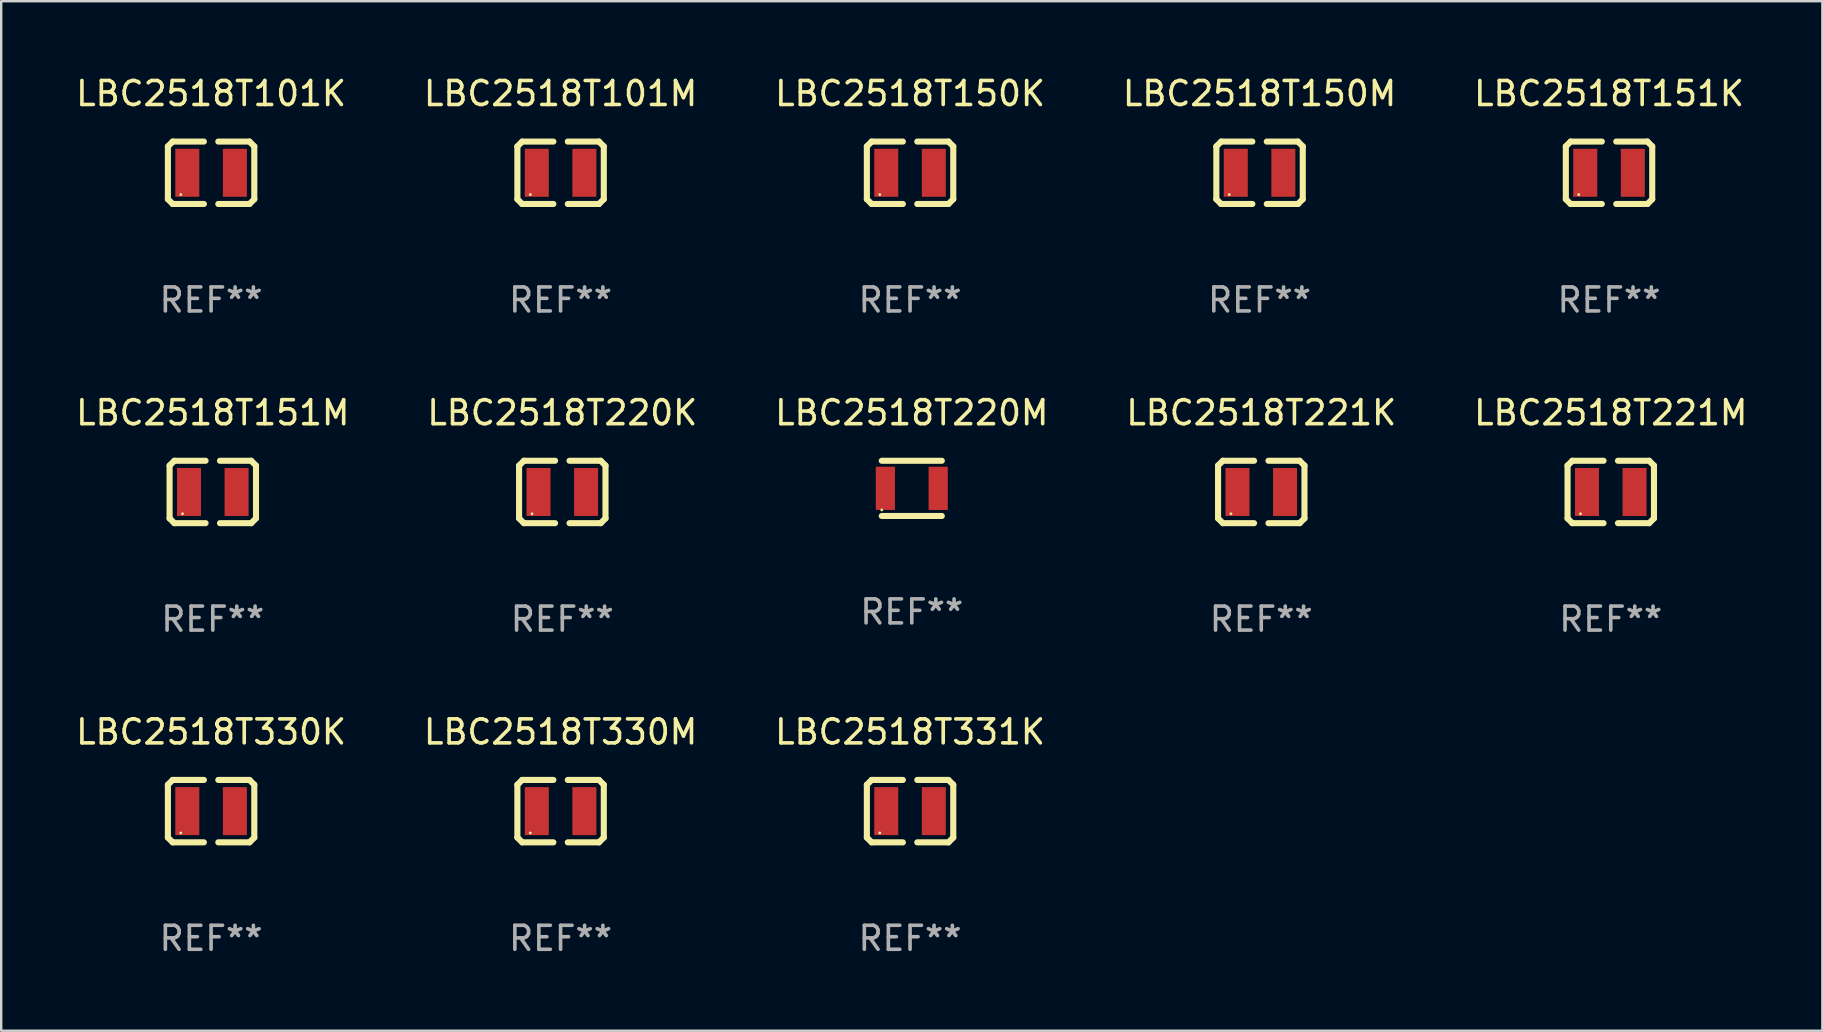
<source format=kicad_pcb>
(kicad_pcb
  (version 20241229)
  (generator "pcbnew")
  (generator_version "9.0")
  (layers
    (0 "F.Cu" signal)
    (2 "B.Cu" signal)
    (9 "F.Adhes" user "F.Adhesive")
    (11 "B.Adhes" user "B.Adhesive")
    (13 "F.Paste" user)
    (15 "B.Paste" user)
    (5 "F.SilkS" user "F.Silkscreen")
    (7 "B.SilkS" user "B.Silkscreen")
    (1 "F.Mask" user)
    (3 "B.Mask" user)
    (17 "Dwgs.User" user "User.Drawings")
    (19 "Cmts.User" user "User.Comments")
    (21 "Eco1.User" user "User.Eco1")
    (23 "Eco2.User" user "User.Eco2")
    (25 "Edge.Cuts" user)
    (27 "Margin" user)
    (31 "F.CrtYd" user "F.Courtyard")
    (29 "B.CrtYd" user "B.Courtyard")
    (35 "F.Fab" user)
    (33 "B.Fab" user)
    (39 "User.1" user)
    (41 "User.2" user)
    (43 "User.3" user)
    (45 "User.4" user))
  (footprint "LBC2518T150K"
    (layer "F.Cu")
    (at 34.863 4.148)
    (property "Reference" "LBC2518T150K" (at 0 -3.3 0) (layer "F.SilkS") (effects (font (size 1 1) (thickness 0.15))))
    (attr through_hole)
    (fp_line (start -1.8 -1.1) (end -1.8 1.1) (stroke (width 0.254) (type solid)) (layer "F.SilkS"))
    (fp_line (start -1.8 1.1) (end -1.6 1.3) (stroke (width 0.254) (type solid)) (layer "F.SilkS"))
    (fp_line (start -1.6 -1.3) (end -1.8 -1.1) (stroke (width 0.254) (type solid)) (layer "F.SilkS"))
    (fp_line (start -1.6 1.3) (end -0.3 1.3) (stroke (width 0.254) (type solid)) (layer "F.SilkS"))
    (fp_line (start -0.3 -1.3) (end -1.6 -1.3) (stroke (width 0.254) (type solid)) (layer "F.SilkS"))
    (fp_line (start 0.3 1.3) (end 1.6 1.3) (stroke (width 0.254) (type solid)) (layer "F.SilkS"))
    (fp_line (start 1.6 -1.3) (end 0.3 -1.3) (stroke (width 0.254) (type solid)) (layer "F.SilkS"))
    (fp_line (start 1.6 1.3) (end 1.8 1.1) (stroke (width 0.254) (type solid)) (layer "F.SilkS"))
    (fp_line (start 1.8 -1.1) (end 1.6 -1.3) (stroke (width 0.254) (type solid)) (layer "F.SilkS"))
    (fp_line (start 1.8 1.1) (end 1.8 -1.1) (stroke (width 0.254) (type solid)) (layer "F.SilkS"))
    (fp_circle (center -1.262 0.909) (end -1.232 0.909) (stroke (width 0.06) (type solid)) (fill no) (layer "F.SilkS"))
    (fp_text user "REF**" (at 0 5.3 0) (layer "F.Fab") (effects (font (size 1 1) (thickness 0.15))))
    (pad "1" smd rect (at -0.991 -0.00014 90) (size 1.999 1) (layers "F.Cu" "F.Mask" "F.Paste"))
    (pad "2" smd rect (at 0.991 -0.00014 90) (size 1.999 1) (layers "F.Cu" "F.Mask" "F.Paste")))
  (footprint "LBC2518T151M"
    (layer "F.Cu")
    (at 5.815 17.445)
    (property "Reference" "LBC2518T151M" (at 0 -3.3 0) (layer "F.SilkS") (effects (font (size 1 1) (thickness 0.15))))
    (attr through_hole)
    (fp_line (start -1.8 -1.1) (end -1.8 1.1) (stroke (width 0.254) (type solid)) (layer "F.SilkS"))
    (fp_line (start -1.8 1.1) (end -1.6 1.3) (stroke (width 0.254) (type solid)) (layer "F.SilkS"))
    (fp_line (start -1.6 -1.3) (end -1.8 -1.1) (stroke (width 0.254) (type solid)) (layer "F.SilkS"))
    (fp_line (start -1.6 1.3) (end -0.3 1.3) (stroke (width 0.254) (type solid)) (layer "F.SilkS"))
    (fp_line (start -0.3 -1.3) (end -1.6 -1.3) (stroke (width 0.254) (type solid)) (layer "F.SilkS"))
    (fp_line (start 0.3 1.3) (end 1.6 1.3) (stroke (width 0.254) (type solid)) (layer "F.SilkS"))
    (fp_line (start 1.6 -1.3) (end 0.3 -1.3) (stroke (width 0.254) (type solid)) (layer "F.SilkS"))
    (fp_line (start 1.6 1.3) (end 1.8 1.1) (stroke (width 0.254) (type solid)) (layer "F.SilkS"))
    (fp_line (start 1.8 -1.1) (end 1.6 -1.3) (stroke (width 0.254) (type solid)) (layer "F.SilkS"))
    (fp_line (start 1.8 1.1) (end 1.8 -1.1) (stroke (width 0.254) (type solid)) (layer "F.SilkS"))
    (fp_circle (center -1.262 0.909) (end -1.232 0.909) (stroke (width 0.06) (type solid)) (fill no) (layer "F.SilkS"))
    (fp_text user "REF**" (at 0 5.3 0) (layer "F.Fab") (effects (font (size 1 1) (thickness 0.15))))
    (pad "1" smd rect (at -0.991 -0.00014 90) (size 1.999 1) (layers "F.Cu" "F.Mask" "F.Paste"))
    (pad "2" smd rect (at 0.991 -0.00014 90) (size 1.999 1) (layers "F.Cu" "F.Mask" "F.Paste")))
  (footprint "LBC2518T101M"
    (layer "F.Cu")
    (at 20.304 4.148)
    (property "Reference" "LBC2518T101M" (at 0 -3.3 0) (layer "F.SilkS") (effects (font (size 1 1) (thickness 0.15))))
    (attr through_hole)
    (fp_line (start -1.8 -1.1) (end -1.8 1.1) (stroke (width 0.254) (type solid)) (layer "F.SilkS"))
    (fp_line (start -1.8 1.1) (end -1.6 1.3) (stroke (width 0.254) (type solid)) (layer "F.SilkS"))
    (fp_line (start -1.6 -1.3) (end -1.8 -1.1) (stroke (width 0.254) (type solid)) (layer "F.SilkS"))
    (fp_line (start -1.6 1.3) (end -0.3 1.3) (stroke (width 0.254) (type solid)) (layer "F.SilkS"))
    (fp_line (start -0.3 -1.3) (end -1.6 -1.3) (stroke (width 0.254) (type solid)) (layer "F.SilkS"))
    (fp_line (start 0.3 1.3) (end 1.6 1.3) (stroke (width 0.254) (type solid)) (layer "F.SilkS"))
    (fp_line (start 1.6 -1.3) (end 0.3 -1.3) (stroke (width 0.254) (type solid)) (layer "F.SilkS"))
    (fp_line (start 1.6 1.3) (end 1.8 1.1) (stroke (width 0.254) (type solid)) (layer "F.SilkS"))
    (fp_line (start 1.8 -1.1) (end 1.6 -1.3) (stroke (width 0.254) (type solid)) (layer "F.SilkS"))
    (fp_line (start 1.8 1.1) (end 1.8 -1.1) (stroke (width 0.254) (type solid)) (layer "F.SilkS"))
    (fp_circle (center -1.262 0.909) (end -1.232 0.909) (stroke (width 0.06) (type solid)) (fill no) (layer "F.SilkS"))
    (fp_text user "REF**" (at 0 5.3 0) (layer "F.Fab") (effects (font (size 1 1) (thickness 0.15))))
    (pad "1" smd rect (at -0.991 -0.00014 90) (size 1.999 1) (layers "F.Cu" "F.Mask" "F.Paste"))
    (pad "2" smd rect (at 0.991 -0.00014 90) (size 1.999 1) (layers "F.Cu" "F.Mask" "F.Paste")))
  (footprint "LBC2518T221M"
    (layer "F.Cu")
    (at 64.054 17.445)
    (property "Reference" "LBC2518T221M" (at 0 -3.3 0) (layer "F.SilkS") (effects (font (size 1 1) (thickness 0.15))))
    (attr through_hole)
    (fp_line (start -1.8 -1.1) (end -1.8 1.1) (stroke (width 0.254) (type solid)) (layer "F.SilkS"))
    (fp_line (start -1.8 1.1) (end -1.6 1.3) (stroke (width 0.254) (type solid)) (layer "F.SilkS"))
    (fp_line (start -1.6 -1.3) (end -1.8 -1.1) (stroke (width 0.254) (type solid)) (layer "F.SilkS"))
    (fp_line (start -1.6 1.3) (end -0.3 1.3) (stroke (width 0.254) (type solid)) (layer "F.SilkS"))
    (fp_line (start -0.3 -1.3) (end -1.6 -1.3) (stroke (width 0.254) (type solid)) (layer "F.SilkS"))
    (fp_line (start 0.3 1.3) (end 1.6 1.3) (stroke (width 0.254) (type solid)) (layer "F.SilkS"))
    (fp_line (start 1.6 -1.3) (end 0.3 -1.3) (stroke (width 0.254) (type solid)) (layer "F.SilkS"))
    (fp_line (start 1.6 1.3) (end 1.8 1.1) (stroke (width 0.254) (type solid)) (layer "F.SilkS"))
    (fp_line (start 1.8 -1.1) (end 1.6 -1.3) (stroke (width 0.254) (type solid)) (layer "F.SilkS"))
    (fp_line (start 1.8 1.1) (end 1.8 -1.1) (stroke (width 0.254) (type solid)) (layer "F.SilkS"))
    (fp_circle (center -1.262 0.909) (end -1.232 0.909) (stroke (width 0.06) (type solid)) (fill no) (layer "F.SilkS"))
    (fp_text user "REF**" (at 0 5.3 0) (layer "F.Fab") (effects (font (size 1 1) (thickness 0.15))))
    (pad "1" smd rect (at -0.991 -0.00014 90) (size 1.999 1) (layers "F.Cu" "F.Mask" "F.Paste"))
    (pad "2" smd rect (at 0.991 -0.00014 90) (size 1.999 1) (layers "F.Cu" "F.Mask" "F.Paste")))
  (footprint "LBC2518T220M"
    (layer "F.Cu")
    (at 34.935 17.295)
    (property "Reference" "LBC2518T220M" (at 0 -3.15 0) (layer "F.SilkS") (effects (font (size 1 1) (thickness 0.15))))
    (attr through_hole)
    (fp_line (start -1.25 -1.15) (end 1.25 -1.15) (stroke (width 0.254) (type solid)) (layer "F.SilkS"))
    (fp_line (start -1.25 1.15) (end 1.25 1.15) (stroke (width 0.254) (type solid)) (layer "F.SilkS"))
    (fp_circle (center -1.25 0.9) (end -1.22 0.9) (stroke (width 0.06) (type solid)) (fill no) (layer "F.SilkS"))
    (fp_text user "REF**" (at 0 5.15 0) (layer "F.Fab") (effects (font (size 1 1) (thickness 0.15))))
    (pad "1" smd rect (at -1.1 0 90) (size 1.8 0.8) (layers "F.Cu" "F.Mask" "F.Paste"))
    (pad "2" smd rect (at 1.1 0 90) (size 1.8 0.8) (layers "F.Cu" "F.Mask" "F.Paste")))
  (footprint "LBC2518T150M"
    (layer "F.Cu")
    (at 49.423 4.148)
    (property "Reference" "LBC2518T150M" (at 0 -3.3 0) (layer "F.SilkS") (effects (font (size 1 1) (thickness 0.15))))
    (attr through_hole)
    (fp_line (start -1.8 -1.1) (end -1.8 1.1) (stroke (width 0.254) (type solid)) (layer "F.SilkS"))
    (fp_line (start -1.8 1.1) (end -1.6 1.3) (stroke (width 0.254) (type solid)) (layer "F.SilkS"))
    (fp_line (start -1.6 -1.3) (end -1.8 -1.1) (stroke (width 0.254) (type solid)) (layer "F.SilkS"))
    (fp_line (start -1.6 1.3) (end -0.3 1.3) (stroke (width 0.254) (type solid)) (layer "F.SilkS"))
    (fp_line (start -0.3 -1.3) (end -1.6 -1.3) (stroke (width 0.254) (type solid)) (layer "F.SilkS"))
    (fp_line (start 0.3 1.3) (end 1.6 1.3) (stroke (width 0.254) (type solid)) (layer "F.SilkS"))
    (fp_line (start 1.6 -1.3) (end 0.3 -1.3) (stroke (width 0.254) (type solid)) (layer "F.SilkS"))
    (fp_line (start 1.6 1.3) (end 1.8 1.1) (stroke (width 0.254) (type solid)) (layer "F.SilkS"))
    (fp_line (start 1.8 -1.1) (end 1.6 -1.3) (stroke (width 0.254) (type solid)) (layer "F.SilkS"))
    (fp_line (start 1.8 1.1) (end 1.8 -1.1) (stroke (width 0.254) (type solid)) (layer "F.SilkS"))
    (fp_circle (center -1.262 0.909) (end -1.232 0.909) (stroke (width 0.06) (type solid)) (fill no) (layer "F.SilkS"))
    (fp_text user "REF**" (at 0 5.3 0) (layer "F.Fab") (effects (font (size 1 1) (thickness 0.15))))
    (pad "1" smd rect (at -0.991 -0.00014 90) (size 1.999 1) (layers "F.Cu" "F.Mask" "F.Paste"))
    (pad "2" smd rect (at 0.991 -0.00014 90) (size 1.999 1) (layers "F.Cu" "F.Mask" "F.Paste")))
  (footprint "LBC2518T331K"
    (layer "F.Cu")
    (at 34.863 30.742)
    (property "Reference" "LBC2518T331K" (at 0 -3.3 0) (layer "F.SilkS") (effects (font (size 1 1) (thickness 0.15))))
    (attr through_hole)
    (fp_line (start -1.8 -1.1) (end -1.8 1.1) (stroke (width 0.254) (type solid)) (layer "F.SilkS"))
    (fp_line (start -1.8 1.1) (end -1.6 1.3) (stroke (width 0.254) (type solid)) (layer "F.SilkS"))
    (fp_line (start -1.6 -1.3) (end -1.8 -1.1) (stroke (width 0.254) (type solid)) (layer "F.SilkS"))
    (fp_line (start -1.6 1.3) (end -0.3 1.3) (stroke (width 0.254) (type solid)) (layer "F.SilkS"))
    (fp_line (start -0.3 -1.3) (end -1.6 -1.3) (stroke (width 0.254) (type solid)) (layer "F.SilkS"))
    (fp_line (start 0.3 1.3) (end 1.6 1.3) (stroke (width 0.254) (type solid)) (layer "F.SilkS"))
    (fp_line (start 1.6 -1.3) (end 0.3 -1.3) (stroke (width 0.254) (type solid)) (layer "F.SilkS"))
    (fp_line (start 1.6 1.3) (end 1.8 1.1) (stroke (width 0.254) (type solid)) (layer "F.SilkS"))
    (fp_line (start 1.8 -1.1) (end 1.6 -1.3) (stroke (width 0.254) (type solid)) (layer "F.SilkS"))
    (fp_line (start 1.8 1.1) (end 1.8 -1.1) (stroke (width 0.254) (type solid)) (layer "F.SilkS"))
    (fp_circle (center -1.262 0.909) (end -1.232 0.909) (stroke (width 0.06) (type solid)) (fill no) (layer "F.SilkS"))
    (fp_text user "REF**" (at 0 5.3 0) (layer "F.Fab") (effects (font (size 1 1) (thickness 0.15))))
    (pad "1" smd rect (at -0.991 -0.00014 90) (size 1.999 1) (layers "F.Cu" "F.Mask" "F.Paste"))
    (pad "2" smd rect (at 0.991 -0.00014 90) (size 1.999 1) (layers "F.Cu" "F.Mask" "F.Paste")))
  (footprint "LBC2518T330M"
    (layer "F.Cu")
    (at 20.304 30.742)
    (property "Reference" "LBC2518T330M" (at 0 -3.3 0) (layer "F.SilkS") (effects (font (size 1 1) (thickness 0.15))))
    (attr through_hole)
    (fp_line (start -1.8 -1.1) (end -1.8 1.1) (stroke (width 0.254) (type solid)) (layer "F.SilkS"))
    (fp_line (start -1.8 1.1) (end -1.6 1.3) (stroke (width 0.254) (type solid)) (layer "F.SilkS"))
    (fp_line (start -1.6 -1.3) (end -1.8 -1.1) (stroke (width 0.254) (type solid)) (layer "F.SilkS"))
    (fp_line (start -1.6 1.3) (end -0.3 1.3) (stroke (width 0.254) (type solid)) (layer "F.SilkS"))
    (fp_line (start -0.3 -1.3) (end -1.6 -1.3) (stroke (width 0.254) (type solid)) (layer "F.SilkS"))
    (fp_line (start 0.3 1.3) (end 1.6 1.3) (stroke (width 0.254) (type solid)) (layer "F.SilkS"))
    (fp_line (start 1.6 -1.3) (end 0.3 -1.3) (stroke (width 0.254) (type solid)) (layer "F.SilkS"))
    (fp_line (start 1.6 1.3) (end 1.8 1.1) (stroke (width 0.254) (type solid)) (layer "F.SilkS"))
    (fp_line (start 1.8 -1.1) (end 1.6 -1.3) (stroke (width 0.254) (type solid)) (layer "F.SilkS"))
    (fp_line (start 1.8 1.1) (end 1.8 -1.1) (stroke (width 0.254) (type solid)) (layer "F.SilkS"))
    (fp_circle (center -1.262 0.909) (end -1.232 0.909) (stroke (width 0.06) (type solid)) (fill no) (layer "F.SilkS"))
    (fp_text user "REF**" (at 0 5.3 0) (layer "F.Fab") (effects (font (size 1 1) (thickness 0.15))))
    (pad "1" smd rect (at -0.991 -0.00014 90) (size 1.999 1) (layers "F.Cu" "F.Mask" "F.Paste"))
    (pad "2" smd rect (at 0.991 -0.00014 90) (size 1.999 1) (layers "F.Cu" "F.Mask" "F.Paste")))
  (footprint "LBC2518T221K"
    (layer "F.Cu")
    (at 49.494 17.445)
    (property "Reference" "LBC2518T221K" (at 0 -3.3 0) (layer "F.SilkS") (effects (font (size 1 1) (thickness 0.15))))
    (attr through_hole)
    (fp_line (start -1.8 -1.1) (end -1.8 1.1) (stroke (width 0.254) (type solid)) (layer "F.SilkS"))
    (fp_line (start -1.8 1.1) (end -1.6 1.3) (stroke (width 0.254) (type solid)) (layer "F.SilkS"))
    (fp_line (start -1.6 -1.3) (end -1.8 -1.1) (stroke (width 0.254) (type solid)) (layer "F.SilkS"))
    (fp_line (start -1.6 1.3) (end -0.3 1.3) (stroke (width 0.254) (type solid)) (layer "F.SilkS"))
    (fp_line (start -0.3 -1.3) (end -1.6 -1.3) (stroke (width 0.254) (type solid)) (layer "F.SilkS"))
    (fp_line (start 0.3 1.3) (end 1.6 1.3) (stroke (width 0.254) (type solid)) (layer "F.SilkS"))
    (fp_line (start 1.6 -1.3) (end 0.3 -1.3) (stroke (width 0.254) (type solid)) (layer "F.SilkS"))
    (fp_line (start 1.6 1.3) (end 1.8 1.1) (stroke (width 0.254) (type solid)) (layer "F.SilkS"))
    (fp_line (start 1.8 -1.1) (end 1.6 -1.3) (stroke (width 0.254) (type solid)) (layer "F.SilkS"))
    (fp_line (start 1.8 1.1) (end 1.8 -1.1) (stroke (width 0.254) (type solid)) (layer "F.SilkS"))
    (fp_circle (center -1.262 0.909) (end -1.232 0.909) (stroke (width 0.06) (type solid)) (fill no) (layer "F.SilkS"))
    (fp_text user "REF**" (at 0 5.3 0) (layer "F.Fab") (effects (font (size 1 1) (thickness 0.15))))
    (pad "1" smd rect (at -0.991 -0.00014 90) (size 1.999 1) (layers "F.Cu" "F.Mask" "F.Paste"))
    (pad "2" smd rect (at 0.991 -0.00014 90) (size 1.999 1) (layers "F.Cu" "F.Mask" "F.Paste")))
  (footprint "LBC2518T220K"
    (layer "F.Cu")
    (at 20.375 17.445)
    (property "Reference" "LBC2518T220K" (at 0 -3.3 0) (layer "F.SilkS") (effects (font (size 1 1) (thickness 0.15))))
    (attr through_hole)
    (fp_line (start -1.8 -1.1) (end -1.8 1.1) (stroke (width 0.254) (type solid)) (layer "F.SilkS"))
    (fp_line (start -1.8 1.1) (end -1.6 1.3) (stroke (width 0.254) (type solid)) (layer "F.SilkS"))
    (fp_line (start -1.6 -1.3) (end -1.8 -1.1) (stroke (width 0.254) (type solid)) (layer "F.SilkS"))
    (fp_line (start -1.6 1.3) (end -0.3 1.3) (stroke (width 0.254) (type solid)) (layer "F.SilkS"))
    (fp_line (start -0.3 -1.3) (end -1.6 -1.3) (stroke (width 0.254) (type solid)) (layer "F.SilkS"))
    (fp_line (start 0.3 1.3) (end 1.6 1.3) (stroke (width 0.254) (type solid)) (layer "F.SilkS"))
    (fp_line (start 1.6 -1.3) (end 0.3 -1.3) (stroke (width 0.254) (type solid)) (layer "F.SilkS"))
    (fp_line (start 1.6 1.3) (end 1.8 1.1) (stroke (width 0.254) (type solid)) (layer "F.SilkS"))
    (fp_line (start 1.8 -1.1) (end 1.6 -1.3) (stroke (width 0.254) (type solid)) (layer "F.SilkS"))
    (fp_line (start 1.8 1.1) (end 1.8 -1.1) (stroke (width 0.254) (type solid)) (layer "F.SilkS"))
    (fp_circle (center -1.262 0.909) (end -1.232 0.909) (stroke (width 0.06) (type solid)) (fill no) (layer "F.SilkS"))
    (fp_text user "REF**" (at 0 5.3 0) (layer "F.Fab") (effects (font (size 1 1) (thickness 0.15))))
    (pad "1" smd rect (at -0.991 -0.00014 90) (size 1.999 1) (layers "F.Cu" "F.Mask" "F.Paste"))
    (pad "2" smd rect (at 0.991 -0.00014 90) (size 1.999 1) (layers "F.Cu" "F.Mask" "F.Paste")))
  (footprint "LBC2518T101K"
    (layer "F.Cu")
    (at 5.744 4.148)
    (property "Reference" "LBC2518T101K" (at 0 -3.3 0) (layer "F.SilkS") (effects (font (size 1 1) (thickness 0.15))))
    (attr through_hole)
    (fp_line (start -1.8 -1.1) (end -1.8 1.1) (stroke (width 0.254) (type solid)) (layer "F.SilkS"))
    (fp_line (start -1.8 1.1) (end -1.6 1.3) (stroke (width 0.254) (type solid)) (layer "F.SilkS"))
    (fp_line (start -1.6 -1.3) (end -1.8 -1.1) (stroke (width 0.254) (type solid)) (layer "F.SilkS"))
    (fp_line (start -1.6 1.3) (end -0.3 1.3) (stroke (width 0.254) (type solid)) (layer "F.SilkS"))
    (fp_line (start -0.3 -1.3) (end -1.6 -1.3) (stroke (width 0.254) (type solid)) (layer "F.SilkS"))
    (fp_line (start 0.3 1.3) (end 1.6 1.3) (stroke (width 0.254) (type solid)) (layer "F.SilkS"))
    (fp_line (start 1.6 -1.3) (end 0.3 -1.3) (stroke (width 0.254) (type solid)) (layer "F.SilkS"))
    (fp_line (start 1.6 1.3) (end 1.8 1.1) (stroke (width 0.254) (type solid)) (layer "F.SilkS"))
    (fp_line (start 1.8 -1.1) (end 1.6 -1.3) (stroke (width 0.254) (type solid)) (layer "F.SilkS"))
    (fp_line (start 1.8 1.1) (end 1.8 -1.1) (stroke (width 0.254) (type solid)) (layer "F.SilkS"))
    (fp_circle (center -1.262 0.909) (end -1.232 0.909) (stroke (width 0.06) (type solid)) (fill no) (layer "F.SilkS"))
    (fp_text user "REF**" (at 0 5.3 0) (layer "F.Fab") (effects (font (size 1 1) (thickness 0.15))))
    (pad "1" smd rect (at -0.991 -0.00014 90) (size 1.999 1) (layers "F.Cu" "F.Mask" "F.Paste"))
    (pad "2" smd rect (at 0.991 -0.00014 90) (size 1.999 1) (layers "F.Cu" "F.Mask" "F.Paste")))
  (footprint "LBC2518T330K"
    (layer "F.Cu")
    (at 5.744 30.742)
    (property "Reference" "LBC2518T330K" (at 0 -3.3 0) (layer "F.SilkS") (effects (font (size 1 1) (thickness 0.15))))
    (attr through_hole)
    (fp_line (start -1.8 -1.1) (end -1.8 1.1) (stroke (width 0.254) (type solid)) (layer "F.SilkS"))
    (fp_line (start -1.8 1.1) (end -1.6 1.3) (stroke (width 0.254) (type solid)) (layer "F.SilkS"))
    (fp_line (start -1.6 -1.3) (end -1.8 -1.1) (stroke (width 0.254) (type solid)) (layer "F.SilkS"))
    (fp_line (start -1.6 1.3) (end -0.3 1.3) (stroke (width 0.254) (type solid)) (layer "F.SilkS"))
    (fp_line (start -0.3 -1.3) (end -1.6 -1.3) (stroke (width 0.254) (type solid)) (layer "F.SilkS"))
    (fp_line (start 0.3 1.3) (end 1.6 1.3) (stroke (width 0.254) (type solid)) (layer "F.SilkS"))
    (fp_line (start 1.6 -1.3) (end 0.3 -1.3) (stroke (width 0.254) (type solid)) (layer "F.SilkS"))
    (fp_line (start 1.6 1.3) (end 1.8 1.1) (stroke (width 0.254) (type solid)) (layer "F.SilkS"))
    (fp_line (start 1.8 -1.1) (end 1.6 -1.3) (stroke (width 0.254) (type solid)) (layer "F.SilkS"))
    (fp_line (start 1.8 1.1) (end 1.8 -1.1) (stroke (width 0.254) (type solid)) (layer "F.SilkS"))
    (fp_circle (center -1.262 0.909) (end -1.232 0.909) (stroke (width 0.06) (type solid)) (fill no) (layer "F.SilkS"))
    (fp_text user "REF**" (at 0 5.3 0) (layer "F.Fab") (effects (font (size 1 1) (thickness 0.15))))
    (pad "1" smd rect (at -0.991 -0.00014 90) (size 1.999 1) (layers "F.Cu" "F.Mask" "F.Paste"))
    (pad "2" smd rect (at 0.991 -0.00014 90) (size 1.999 1) (layers "F.Cu" "F.Mask" "F.Paste")))
  (footprint "LBC2518T151K"
    (layer "F.Cu")
    (at 63.982 4.148)
    (property "Reference" "LBC2518T151K" (at 0 -3.3 0) (layer "F.SilkS") (effects (font (size 1 1) (thickness 0.15))))
    (attr through_hole)
    (fp_line (start -1.8 -1.1) (end -1.8 1.1) (stroke (width 0.254) (type solid)) (layer "F.SilkS"))
    (fp_line (start -1.8 1.1) (end -1.6 1.3) (stroke (width 0.254) (type solid)) (layer "F.SilkS"))
    (fp_line (start -1.6 -1.3) (end -1.8 -1.1) (stroke (width 0.254) (type solid)) (layer "F.SilkS"))
    (fp_line (start -1.6 1.3) (end -0.3 1.3) (stroke (width 0.254) (type solid)) (layer "F.SilkS"))
    (fp_line (start -0.3 -1.3) (end -1.6 -1.3) (stroke (width 0.254) (type solid)) (layer "F.SilkS"))
    (fp_line (start 0.3 1.3) (end 1.6 1.3) (stroke (width 0.254) (type solid)) (layer "F.SilkS"))
    (fp_line (start 1.6 -1.3) (end 0.3 -1.3) (stroke (width 0.254) (type solid)) (layer "F.SilkS"))
    (fp_line (start 1.6 1.3) (end 1.8 1.1) (stroke (width 0.254) (type solid)) (layer "F.SilkS"))
    (fp_line (start 1.8 -1.1) (end 1.6 -1.3) (stroke (width 0.254) (type solid)) (layer "F.SilkS"))
    (fp_line (start 1.8 1.1) (end 1.8 -1.1) (stroke (width 0.254) (type solid)) (layer "F.SilkS"))
    (fp_circle (center -1.262 0.909) (end -1.232 0.909) (stroke (width 0.06) (type solid)) (fill no) (layer "F.SilkS"))
    (fp_text user "REF**" (at 0 5.3 0) (layer "F.Fab") (effects (font (size 1 1) (thickness 0.15))))
    (pad "1" smd rect (at -0.991 -0.00014 90) (size 1.999 1) (layers "F.Cu" "F.Mask" "F.Paste"))
    (pad "2" smd rect (at 0.991 -0.00014 90) (size 1.999 1) (layers "F.Cu" "F.Mask" "F.Paste")))
  (gr_rect
    (start -3 -3)
    (end 72.869 39.89)
    (stroke (width 0.1) (type default))
    (fill no)
    (layer "Edge.Cuts")))
</source>
